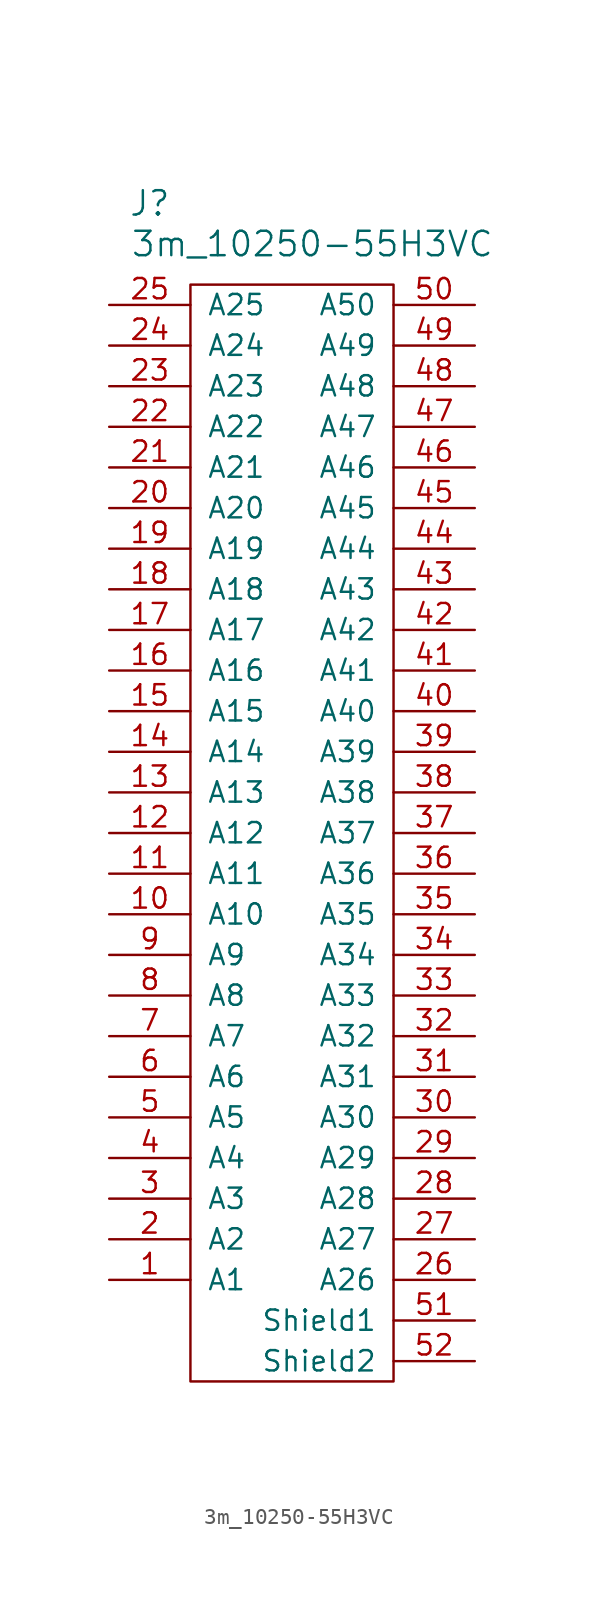
<source format=kicad_sym>
(kicad_symbol_lib
  (version 20211014)
  (generator kicad_symbol_editor)
  (symbol "3m_10250-55H3VC"
    (pin_names
      (offset 1.016))
    (property "Reference" "J"
      (at -8.89 35.56 0)
      (effects (font (size 1.524 1.524))))
    (property "Value" "3m_10250-55H3VC"
      (at 1.27 33.02 0)
      (effects (font (size 1.524 1.524))))
    (property "Footprint" ""
      (at 0 0 0)
      (effects (font (size 1.524 1.524))))
    (property "Datasheet" ""
      (at 0 0 0)
      (effects (font (size 1.524 1.524))))
    (symbol "3m_10250-55H3VC_0_1"
      (rectangle (start -6.35 30.48) (end 6.35 -38.1) (stroke (width 0) (type default) (color 0 0 0 0)) (fill (type none))))
    (symbol "3m_10250-55H3VC_1_1"
      (pin bidirectional line (at -11.43 -31.75 0) (length 5.08) (name "A1" (effects (font (size 1.27 1.27)))) (number "1" (effects (font (size 1.27 1.27)))))
      (pin bidirectional line (at -11.43 -8.89 0) (length 5.08) (name "A10" (effects (font (size 1.27 1.27)))) (number "10" (effects (font (size 1.27 1.27)))))
      (pin bidirectional line (at -11.43 -6.35 0) (length 5.08) (name "A11" (effects (font (size 1.27 1.27)))) (number "11" (effects (font (size 1.27 1.27)))))
      (pin bidirectional line (at -11.43 -3.81 0) (length 5.08) (name "A12" (effects (font (size 1.27 1.27)))) (number "12" (effects (font (size 1.27 1.27)))))
      (pin bidirectional line (at -11.43 -1.27 0) (length 5.08) (name "A13" (effects (font (size 1.27 1.27)))) (number "13" (effects (font (size 1.27 1.27)))))
      (pin bidirectional line (at -11.43 1.27 0) (length 5.08) (name "A14" (effects (font (size 1.27 1.27)))) (number "14" (effects (font (size 1.27 1.27)))))
      (pin bidirectional line (at -11.43 3.81 0) (length 5.08) (name "A15" (effects (font (size 1.27 1.27)))) (number "15" (effects (font (size 1.27 1.27)))))
      (pin bidirectional line (at -11.43 6.35 0) (length 5.08) (name "A16" (effects (font (size 1.27 1.27)))) (number "16" (effects (font (size 1.27 1.27)))))
      (pin bidirectional line (at -11.43 8.89 0) (length 5.08) (name "A17" (effects (font (size 1.27 1.27)))) (number "17" (effects (font (size 1.27 1.27)))))
      (pin bidirectional line (at -11.43 11.43 0) (length 5.08) (name "A18" (effects (font (size 1.27 1.27)))) (number "18" (effects (font (size 1.27 1.27)))))
      (pin bidirectional line (at -11.43 13.97 0) (length 5.08) (name "A19" (effects (font (size 1.27 1.27)))) (number "19" (effects (font (size 1.27 1.27)))))
      (pin bidirectional line (at -11.43 -29.21 0) (length 5.08) (name "A2" (effects (font (size 1.27 1.27)))) (number "2" (effects (font (size 1.27 1.27)))))
      (pin bidirectional line (at -11.43 16.51 0) (length 5.08) (name "A20" (effects (font (size 1.27 1.27)))) (number "20" (effects (font (size 1.27 1.27)))))
      (pin bidirectional line (at -11.43 19.05 0) (length 5.08) (name "A21" (effects (font (size 1.27 1.27)))) (number "21" (effects (font (size 1.27 1.27)))))
      (pin bidirectional line (at -11.43 21.59 0) (length 5.08) (name "A22" (effects (font (size 1.27 1.27)))) (number "22" (effects (font (size 1.27 1.27)))))
      (pin bidirectional line (at -11.43 24.13 0) (length 5.08) (name "A23" (effects (font (size 1.27 1.27)))) (number "23" (effects (font (size 1.27 1.27)))))
      (pin bidirectional line (at -11.43 26.67 0) (length 5.08) (name "A24" (effects (font (size 1.27 1.27)))) (number "24" (effects (font (size 1.27 1.27)))))
      (pin bidirectional line (at -11.43 29.21 0) (length 5.08) (name "A25" (effects (font (size 1.27 1.27)))) (number "25" (effects (font (size 1.27 1.27)))))
      (pin bidirectional line (at 11.43 -31.75 180) (length 5.08) (name "A26" (effects (font (size 1.27 1.27)))) (number "26" (effects (font (size 1.27 1.27)))))
      (pin bidirectional line (at 11.43 -29.21 180) (length 5.08) (name "A27" (effects (font (size 1.27 1.27)))) (number "27" (effects (font (size 1.27 1.27)))))
      (pin bidirectional line (at 11.43 -26.67 180) (length 5.08) (name "A28" (effects (font (size 1.27 1.27)))) (number "28" (effects (font (size 1.27 1.27)))))
      (pin bidirectional line (at 11.43 -24.13 180) (length 5.08) (name "A29" (effects (font (size 1.27 1.27)))) (number "29" (effects (font (size 1.27 1.27)))))
      (pin bidirectional line (at -11.43 -26.67 0) (length 5.08) (name "A3" (effects (font (size 1.27 1.27)))) (number "3" (effects (font (size 1.27 1.27)))))
      (pin bidirectional line (at 11.43 -21.59 180) (length 5.08) (name "A30" (effects (font (size 1.27 1.27)))) (number "30" (effects (font (size 1.27 1.27)))))
      (pin bidirectional line (at 11.43 -19.05 180) (length 5.08) (name "A31" (effects (font (size 1.27 1.27)))) (number "31" (effects (font (size 1.27 1.27)))))
      (pin bidirectional line (at 11.43 -16.51 180) (length 5.08) (name "A32" (effects (font (size 1.27 1.27)))) (number "32" (effects (font (size 1.27 1.27)))))
      (pin bidirectional line (at 11.43 -13.97 180) (length 5.08) (name "A33" (effects (font (size 1.27 1.27)))) (number "33" (effects (font (size 1.27 1.27)))))
      (pin bidirectional line (at 11.43 -11.43 180) (length 5.08) (name "A34" (effects (font (size 1.27 1.27)))) (number "34" (effects (font (size 1.27 1.27)))))
      (pin bidirectional line (at 11.43 -8.89 180) (length 5.08) (name "A35" (effects (font (size 1.27 1.27)))) (number "35" (effects (font (size 1.27 1.27)))))
      (pin bidirectional line (at 11.43 -6.35 180) (length 5.08) (name "A36" (effects (font (size 1.27 1.27)))) (number "36" (effects (font (size 1.27 1.27)))))
      (pin bidirectional line (at 11.43 -3.81 180) (length 5.08) (name "A37" (effects (font (size 1.27 1.27)))) (number "37" (effects (font (size 1.27 1.27)))))
      (pin bidirectional line (at 11.43 -1.27 180) (length 5.08) (name "A38" (effects (font (size 1.27 1.27)))) (number "38" (effects (font (size 1.27 1.27)))))
      (pin bidirectional line (at 11.43 1.27 180) (length 5.08) (name "A39" (effects (font (size 1.27 1.27)))) (number "39" (effects (font (size 1.27 1.27)))))
      (pin bidirectional line (at -11.43 -24.13 0) (length 5.08) (name "A4" (effects (font (size 1.27 1.27)))) (number "4" (effects (font (size 1.27 1.27)))))
      (pin bidirectional line (at 11.43 3.81 180) (length 5.08) (name "A40" (effects (font (size 1.27 1.27)))) (number "40" (effects (font (size 1.27 1.27)))))
      (pin bidirectional line (at 11.43 6.35 180) (length 5.08) (name "A41" (effects (font (size 1.27 1.27)))) (number "41" (effects (font (size 1.27 1.27)))))
      (pin bidirectional line (at 11.43 8.89 180) (length 5.08) (name "A42" (effects (font (size 1.27 1.27)))) (number "42" (effects (font (size 1.27 1.27)))))
      (pin bidirectional line (at 11.43 11.43 180) (length 5.08) (name "A43" (effects (font (size 1.27 1.27)))) (number "43" (effects (font (size 1.27 1.27)))))
      (pin bidirectional line (at 11.43 13.97 180) (length 5.08) (name "A44" (effects (font (size 1.27 1.27)))) (number "44" (effects (font (size 1.27 1.27)))))
      (pin bidirectional line (at 11.43 16.51 180) (length 5.08) (name "A45" (effects (font (size 1.27 1.27)))) (number "45" (effects (font (size 1.27 1.27)))))
      (pin bidirectional line (at 11.43 19.05 180) (length 5.08) (name "A46" (effects (font (size 1.27 1.27)))) (number "46" (effects (font (size 1.27 1.27)))))
      (pin bidirectional line (at 11.43 21.59 180) (length 5.08) (name "A47" (effects (font (size 1.27 1.27)))) (number "47" (effects (font (size 1.27 1.27)))))
      (pin bidirectional line (at 11.43 24.13 180) (length 5.08) (name "A48" (effects (font (size 1.27 1.27)))) (number "48" (effects (font (size 1.27 1.27)))))
      (pin bidirectional line (at 11.43 26.67 180) (length 5.08) (name "A49" (effects (font (size 1.27 1.27)))) (number "49" (effects (font (size 1.27 1.27)))))
      (pin bidirectional line (at -11.43 -21.59 0) (length 5.08) (name "A5" (effects (font (size 1.27 1.27)))) (number "5" (effects (font (size 1.27 1.27)))))
      (pin bidirectional line (at 11.43 29.21 180) (length 5.08) (name "A50" (effects (font (size 1.27 1.27)))) (number "50" (effects (font (size 1.27 1.27)))))
      (pin bidirectional line (at 11.43 -34.29 180) (length 5.08) (name "Shield1" (effects (font (size 1.27 1.27)))) (number "51" (effects (font (size 1.27 1.27)))))
      (pin bidirectional line (at 11.43 -36.83 180) (length 5.08) (name "Shield2" (effects (font (size 1.27 1.27)))) (number "52" (effects (font (size 1.27 1.27)))))
      (pin bidirectional line (at -11.43 -19.05 0) (length 5.08) (name "A6" (effects (font (size 1.27 1.27)))) (number "6" (effects (font (size 1.27 1.27)))))
      (pin bidirectional line (at -11.43 -16.51 0) (length 5.08) (name "A7" (effects (font (size 1.27 1.27)))) (number "7" (effects (font (size 1.27 1.27)))))
      (pin bidirectional line (at -11.43 -13.97 0) (length 5.08) (name "A8" (effects (font (size 1.27 1.27)))) (number "8" (effects (font (size 1.27 1.27)))))
      (pin bidirectional line (at -11.43 -11.43 0) (length 5.08) (name "A9" (effects (font (size 1.27 1.27)))) (number "9" (effects (font (size 1.27 1.27))))))))
</source>
